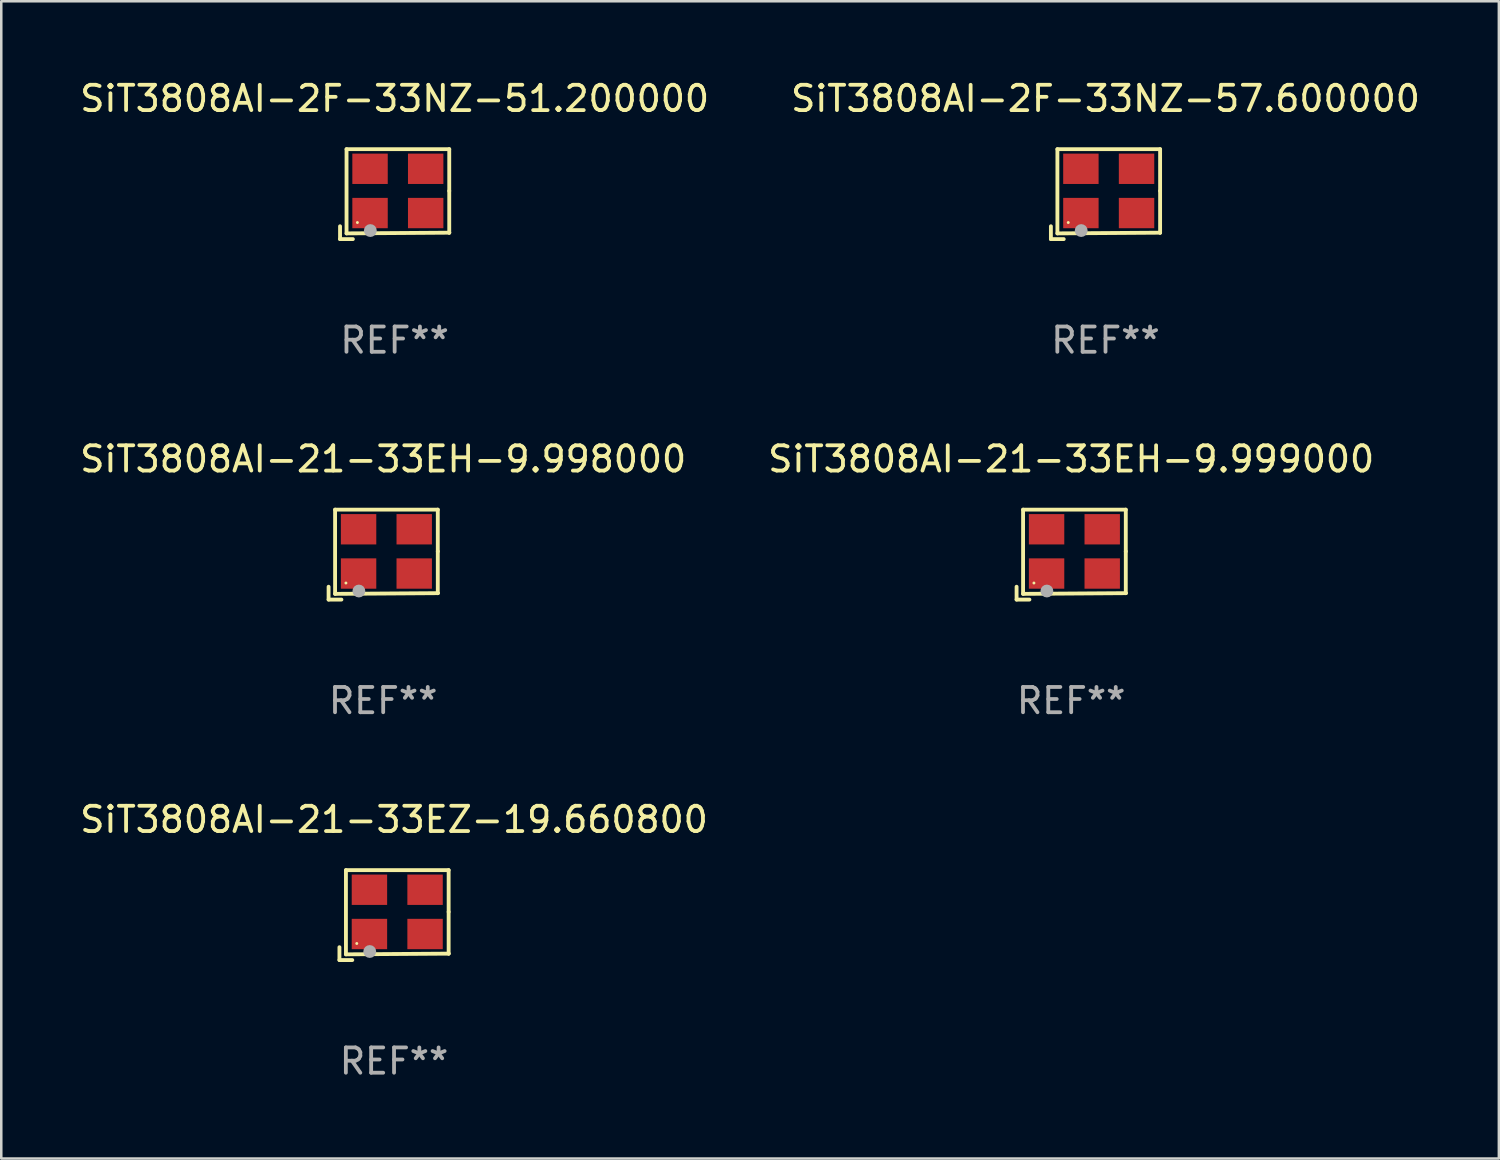
<source format=kicad_pcb>
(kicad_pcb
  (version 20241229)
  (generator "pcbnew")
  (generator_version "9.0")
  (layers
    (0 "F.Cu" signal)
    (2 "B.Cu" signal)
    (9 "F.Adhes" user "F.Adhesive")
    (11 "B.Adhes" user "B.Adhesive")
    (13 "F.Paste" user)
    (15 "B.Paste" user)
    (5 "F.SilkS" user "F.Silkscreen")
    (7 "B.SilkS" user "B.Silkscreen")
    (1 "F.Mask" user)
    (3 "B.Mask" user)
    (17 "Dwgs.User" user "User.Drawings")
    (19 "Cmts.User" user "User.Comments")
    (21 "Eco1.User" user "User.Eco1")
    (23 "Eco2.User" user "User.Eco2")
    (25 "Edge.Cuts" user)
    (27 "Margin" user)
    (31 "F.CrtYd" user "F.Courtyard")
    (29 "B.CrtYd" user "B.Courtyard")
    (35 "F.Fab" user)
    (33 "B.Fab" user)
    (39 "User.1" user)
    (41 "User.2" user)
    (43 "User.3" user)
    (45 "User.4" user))
  (footprint "SiT3808AI-2F-33NZ-57.600000"
    (layer "F.Cu")
    (at 40.661 4.626)
    (property "Reference" "SiT3808AI-2F-33NZ-57.600000" (at 0 -3.778 0) (layer "F.SilkS") (effects (font (size 1 1) (thickness 0.15))))
    (attr through_hole)
    (fp_line (start -2.159 1.27) (end -2.159 1.778) (stroke (width 0.152) (type solid)) (layer "F.SilkS"))
    (fp_line (start -2.159 1.778) (end -1.651 1.778) (stroke (width 0.152) (type solid)) (layer "F.SilkS"))
    (fp_line (start -1.902 -1.778) (end 2.159 -1.778) (stroke (width 0.152) (type solid)) (layer "F.SilkS"))
    (fp_line (start -1.902 1.552) (end -1.902 -1.778) (stroke (width 0.152) (type solid)) (layer "F.SilkS"))
    (fp_line (start 2.159 -1.778) (end 2.159 -0.127) (stroke (width 0.152) (type solid)) (layer "F.SilkS"))
    (fp_line (start 2.159 -0.127) (end 2.159 1.524) (stroke (width 0.152) (type solid)) (layer "F.SilkS"))
    (fp_line (start 2.159 1.524) (end -1.902 1.552) (stroke (width 0.152) (type solid)) (layer "F.SilkS"))
    (fp_line (start 2.159 1.524) (end 2.159 1.524) (stroke (width 0.152) (type solid)) (layer "F.SilkS"))
    (fp_circle (center -1.473 1.123) (end -1.443 1.123) (stroke (width 0.06) (type solid)) (fill no) (layer "F.SilkS"))
    (fp_circle (center -0.961 1.44) (end -0.834 1.44) (stroke (width 0.254) (type solid)) (fill no) (layer "F.Fab"))
    (fp_text user "REF**" (at 0 5.778 0) (layer "F.Fab") (effects (font (size 1 1) (thickness 0.15))))
    (pad "1" smd rect (at -0.973 0.748) (size 1.4 1.2) (layers "F.Cu" "F.Mask" "F.Paste"))
    (pad "2" smd rect (at 1.227 0.748) (size 1.4 1.2) (layers "F.Cu" "F.Mask" "F.Paste"))
    (pad "3" smd rect (at 1.227 -1.002) (size 1.4 1.2) (layers "F.Cu" "F.Mask" "F.Paste"))
    (pad "4" smd rect (at -0.973 -1.002) (size 1.4 1.2) (layers "F.Cu" "F.Mask" "F.Paste")))
  (footprint "SiT3808AI-2F-33NZ-51.200000"
    (layer "F.Cu")
    (at 12.554 4.626)
    (property "Reference" "SiT3808AI-2F-33NZ-51.200000" (at 0 -3.778 0) (layer "F.SilkS") (effects (font (size 1 1) (thickness 0.15))))
    (attr through_hole)
    (fp_line (start -2.159 1.27) (end -2.159 1.778) (stroke (width 0.152) (type solid)) (layer "F.SilkS"))
    (fp_line (start -2.159 1.778) (end -1.651 1.778) (stroke (width 0.152) (type solid)) (layer "F.SilkS"))
    (fp_line (start -1.902 -1.778) (end 2.159 -1.778) (stroke (width 0.152) (type solid)) (layer "F.SilkS"))
    (fp_line (start -1.902 1.552) (end -1.902 -1.778) (stroke (width 0.152) (type solid)) (layer "F.SilkS"))
    (fp_line (start 2.159 -1.778) (end 2.159 -0.127) (stroke (width 0.152) (type solid)) (layer "F.SilkS"))
    (fp_line (start 2.159 -0.127) (end 2.159 1.524) (stroke (width 0.152) (type solid)) (layer "F.SilkS"))
    (fp_line (start 2.159 1.524) (end -1.902 1.552) (stroke (width 0.152) (type solid)) (layer "F.SilkS"))
    (fp_line (start 2.159 1.524) (end 2.159 1.524) (stroke (width 0.152) (type solid)) (layer "F.SilkS"))
    (fp_circle (center -1.473 1.123) (end -1.443 1.123) (stroke (width 0.06) (type solid)) (fill no) (layer "F.SilkS"))
    (fp_circle (center -0.961 1.44) (end -0.834 1.44) (stroke (width 0.254) (type solid)) (fill no) (layer "F.Fab"))
    (fp_text user "REF**" (at 0 5.778 0) (layer "F.Fab") (effects (font (size 1 1) (thickness 0.15))))
    (pad "1" smd rect (at -0.973 0.748) (size 1.4 1.2) (layers "F.Cu" "F.Mask" "F.Paste"))
    (pad "2" smd rect (at 1.227 0.748) (size 1.4 1.2) (layers "F.Cu" "F.Mask" "F.Paste"))
    (pad "3" smd rect (at 1.227 -1.002) (size 1.4 1.2) (layers "F.Cu" "F.Mask" "F.Paste"))
    (pad "4" smd rect (at -0.973 -1.002) (size 1.4 1.2) (layers "F.Cu" "F.Mask" "F.Paste")))
  (footprint "SiT3808AI-21-33EH-9.999000"
    (layer "F.Cu")
    (at 39.304 18.879)
    (property "Reference" "SiT3808AI-21-33EH-9.999000" (at 0 -3.778 0) (layer "F.SilkS") (effects (font (size 1 1) (thickness 0.15))))
    (attr through_hole)
    (fp_line (start -2.159 1.27) (end -2.159 1.778) (stroke (width 0.152) (type solid)) (layer "F.SilkS"))
    (fp_line (start -2.159 1.778) (end -1.651 1.778) (stroke (width 0.152) (type solid)) (layer "F.SilkS"))
    (fp_line (start -1.902 -1.778) (end 2.159 -1.778) (stroke (width 0.152) (type solid)) (layer "F.SilkS"))
    (fp_line (start -1.902 1.552) (end -1.902 -1.778) (stroke (width 0.152) (type solid)) (layer "F.SilkS"))
    (fp_line (start 2.159 -1.778) (end 2.159 -0.127) (stroke (width 0.152) (type solid)) (layer "F.SilkS"))
    (fp_line (start 2.159 -0.127) (end 2.159 1.524) (stroke (width 0.152) (type solid)) (layer "F.SilkS"))
    (fp_line (start 2.159 1.524) (end -1.902 1.552) (stroke (width 0.152) (type solid)) (layer "F.SilkS"))
    (fp_line (start 2.159 1.524) (end 2.159 1.524) (stroke (width 0.152) (type solid)) (layer "F.SilkS"))
    (fp_circle (center -1.473 1.123) (end -1.443 1.123) (stroke (width 0.06) (type solid)) (fill no) (layer "F.SilkS"))
    (fp_circle (center -0.961 1.44) (end -0.834 1.44) (stroke (width 0.254) (type solid)) (fill no) (layer "F.Fab"))
    (fp_text user "REF**" (at 0 5.778 0) (layer "F.Fab") (effects (font (size 1 1) (thickness 0.15))))
    (pad "1" smd rect (at -0.973 0.748) (size 1.4 1.2) (layers "F.Cu" "F.Mask" "F.Paste"))
    (pad "2" smd rect (at 1.227 0.748) (size 1.4 1.2) (layers "F.Cu" "F.Mask" "F.Paste"))
    (pad "3" smd rect (at 1.227 -1.002) (size 1.4 1.2) (layers "F.Cu" "F.Mask" "F.Paste"))
    (pad "4" smd rect (at -0.973 -1.002) (size 1.4 1.2) (layers "F.Cu" "F.Mask" "F.Paste")))
  (footprint "SiT3808AI-21-33EH-9.998000"
    (layer "F.Cu")
    (at 12.101 18.879)
    (property "Reference" "SiT3808AI-21-33EH-9.998000" (at 0 -3.778 0) (layer "F.SilkS") (effects (font (size 1 1) (thickness 0.15))))
    (attr through_hole)
    (fp_line (start -2.159 1.27) (end -2.159 1.778) (stroke (width 0.152) (type solid)) (layer "F.SilkS"))
    (fp_line (start -2.159 1.778) (end -1.651 1.778) (stroke (width 0.152) (type solid)) (layer "F.SilkS"))
    (fp_line (start -1.902 -1.778) (end 2.159 -1.778) (stroke (width 0.152) (type solid)) (layer "F.SilkS"))
    (fp_line (start -1.902 1.552) (end -1.902 -1.778) (stroke (width 0.152) (type solid)) (layer "F.SilkS"))
    (fp_line (start 2.159 -1.778) (end 2.159 -0.127) (stroke (width 0.152) (type solid)) (layer "F.SilkS"))
    (fp_line (start 2.159 -0.127) (end 2.159 1.524) (stroke (width 0.152) (type solid)) (layer "F.SilkS"))
    (fp_line (start 2.159 1.524) (end -1.902 1.552) (stroke (width 0.152) (type solid)) (layer "F.SilkS"))
    (fp_line (start 2.159 1.524) (end 2.159 1.524) (stroke (width 0.152) (type solid)) (layer "F.SilkS"))
    (fp_circle (center -1.473 1.123) (end -1.443 1.123) (stroke (width 0.06) (type solid)) (fill no) (layer "F.SilkS"))
    (fp_circle (center -0.961 1.44) (end -0.834 1.44) (stroke (width 0.254) (type solid)) (fill no) (layer "F.Fab"))
    (fp_text user "REF**" (at 0 5.778 0) (layer "F.Fab") (effects (font (size 1 1) (thickness 0.15))))
    (pad "1" smd rect (at -0.973 0.748) (size 1.4 1.2) (layers "F.Cu" "F.Mask" "F.Paste"))
    (pad "2" smd rect (at 1.227 0.748) (size 1.4 1.2) (layers "F.Cu" "F.Mask" "F.Paste"))
    (pad "3" smd rect (at 1.227 -1.002) (size 1.4 1.2) (layers "F.Cu" "F.Mask" "F.Paste"))
    (pad "4" smd rect (at -0.973 -1.002) (size 1.4 1.2) (layers "F.Cu" "F.Mask" "F.Paste")))
  (footprint "SiT3808AI-21-33EZ-19.660800"
    (layer "F.Cu")
    (at 12.53 33.132)
    (property "Reference" "SiT3808AI-21-33EZ-19.660800" (at 0 -3.778 0) (layer "F.SilkS") (effects (font (size 1 1) (thickness 0.15))))
    (attr through_hole)
    (fp_line (start -2.159 1.27) (end -2.159 1.778) (stroke (width 0.152) (type solid)) (layer "F.SilkS"))
    (fp_line (start -2.159 1.778) (end -1.651 1.778) (stroke (width 0.152) (type solid)) (layer "F.SilkS"))
    (fp_line (start -1.902 -1.778) (end 2.159 -1.778) (stroke (width 0.152) (type solid)) (layer "F.SilkS"))
    (fp_line (start -1.902 1.552) (end -1.902 -1.778) (stroke (width 0.152) (type solid)) (layer "F.SilkS"))
    (fp_line (start 2.159 -1.778) (end 2.159 -0.127) (stroke (width 0.152) (type solid)) (layer "F.SilkS"))
    (fp_line (start 2.159 -0.127) (end 2.159 1.524) (stroke (width 0.152) (type solid)) (layer "F.SilkS"))
    (fp_line (start 2.159 1.524) (end -1.902 1.552) (stroke (width 0.152) (type solid)) (layer "F.SilkS"))
    (fp_line (start 2.159 1.524) (end 2.159 1.524) (stroke (width 0.152) (type solid)) (layer "F.SilkS"))
    (fp_circle (center -1.473 1.123) (end -1.443 1.123) (stroke (width 0.06) (type solid)) (fill no) (layer "F.SilkS"))
    (fp_circle (center -0.961 1.44) (end -0.834 1.44) (stroke (width 0.254) (type solid)) (fill no) (layer "F.Fab"))
    (fp_text user "REF**" (at 0 5.778 0) (layer "F.Fab") (effects (font (size 1 1) (thickness 0.15))))
    (pad "1" smd rect (at -0.973 0.748) (size 1.4 1.2) (layers "F.Cu" "F.Mask" "F.Paste"))
    (pad "2" smd rect (at 1.227 0.748) (size 1.4 1.2) (layers "F.Cu" "F.Mask" "F.Paste"))
    (pad "3" smd rect (at 1.227 -1.002) (size 1.4 1.2) (layers "F.Cu" "F.Mask" "F.Paste"))
    (pad "4" smd rect (at -0.973 -1.002) (size 1.4 1.2) (layers "F.Cu" "F.Mask" "F.Paste")))
  (gr_rect
    (start -3 -3)
    (end 56.214 42.758)
    (stroke (width 0.1) (type default))
    (fill no)
    (layer "Edge.Cuts")))
</source>
